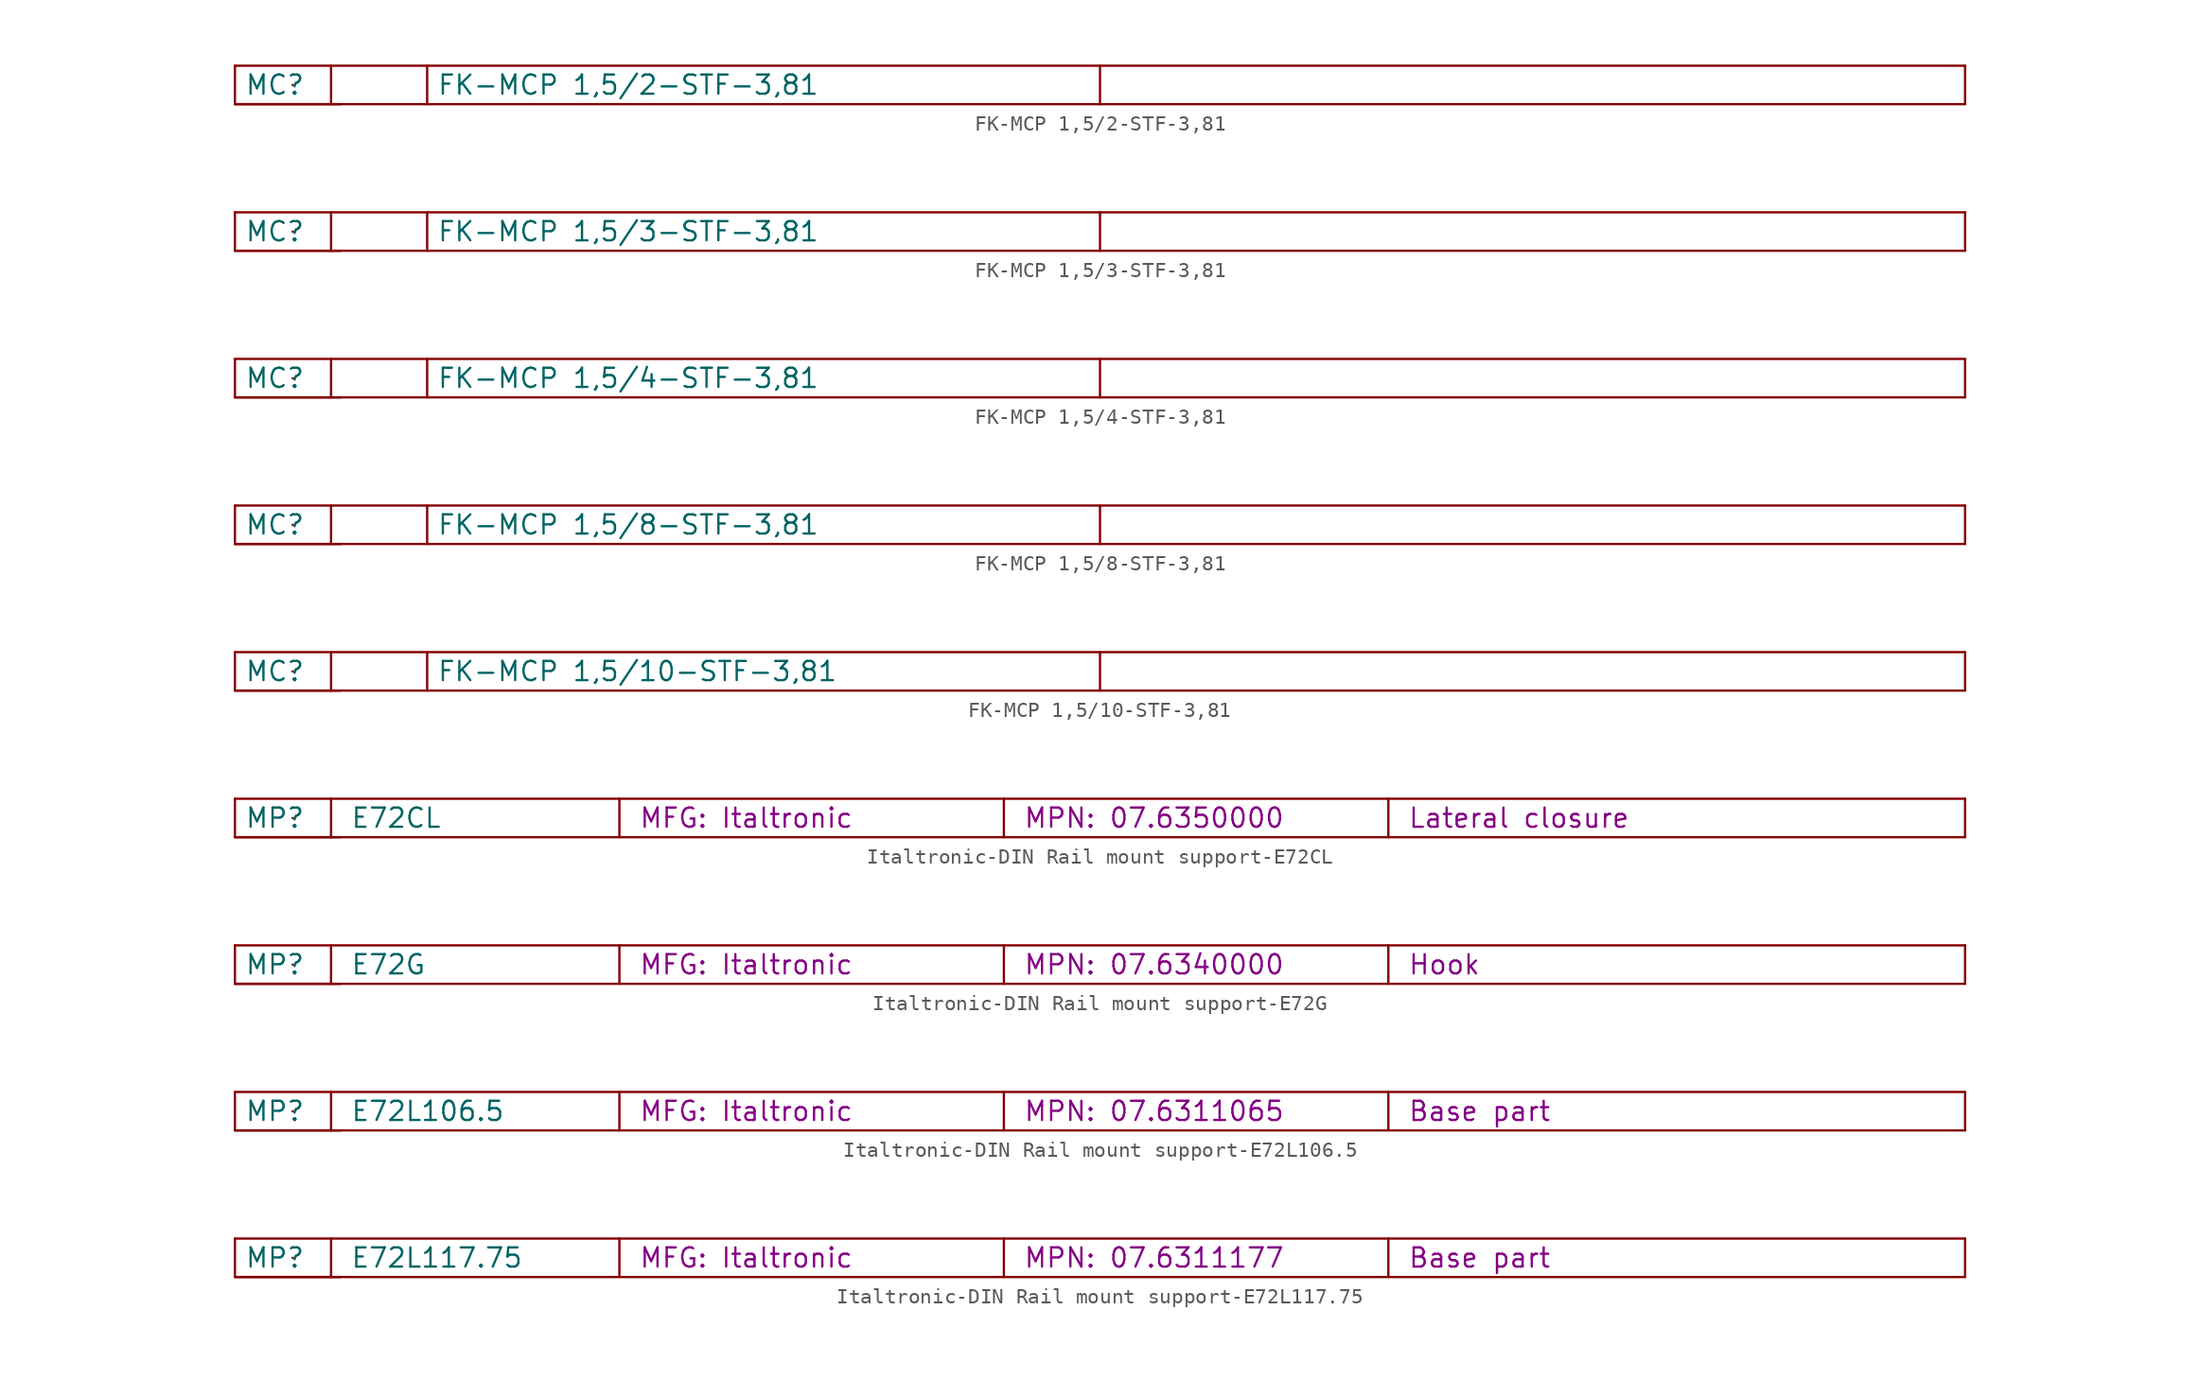
<source format=kicad_sym>
(kicad_symbol_lib
  (version 20241209)
  (generator "kicad_symbol_editor")
  (generator_version "9.0")
  (symbol "FK-MCP 1,5/2-STF-3,81"
    (pin_numbers
      (hide yes))
    (pin_names
      (offset 0)
      (hide yes))
    (property "Reference" "MC"
      (at 0.635 1.27 0)
      (do_not_autoplace)
      (effects (font (size 1.27 1.27)) (justify left)))
    (property "Value" "FK-MCP 1,5/2-STF-3,81"
      (at 13.335 1.27 0)
      (do_not_autoplace)
      (effects (font (size 1.27 1.27)) (justify left)))
    (property "Z-SYSCODE" ""
      (at 6.985 1.27 0)
      (do_not_autoplace)
      (effects (font (size 1.27 1.27)) (justify left)))
    (property "Assembly_Note" ""
      (at 57.785 1.27 0)
      (do_not_autoplace)
      (effects (font (size 1.27 1.27)) (justify left)))
    (symbol "FK-MCP 1,5/2-STF-3,81_0_1"
      (polyline (pts (xy 0 0) (xy 0 2.54)) (stroke (width 0.152) (type default)) (fill (type none)))
      (rectangle (start 3.81 1.27) (end 3.81 1.27) (stroke (width 0.152) (type default)) (fill (type none)))
      (polyline (pts (xy 6.35 0) (xy 6.35 2.54)) (stroke (width 0.152) (type default)) (fill (type none)))
      (polyline (pts (xy 6.985 0) (xy 0 0)) (stroke (width 0.152) (type default)) (fill (type none)))
      (polyline (pts (xy 12.7 0) (xy 12.7 2.54)) (stroke (width 0.152) (type default)) (fill (type none)))
      (polyline (pts (xy 57.15 0) (xy 57.15 2.54)) (stroke (width 0.152) (type default)) (fill (type none)))
      (polyline (pts (xy 114.3 2.54) (xy 0 2.54)) (stroke (width 0.152) (type default)) (fill (type none)))
      (polyline (pts (xy 114.3 0) (xy 0 0)) (stroke (width 0.152) (type default)) (fill (type none)))
      (polyline (pts (xy 114.3 0) (xy 114.3 2.54)) (stroke (width 0.152) (type default)) (fill (type none)))))
  (symbol "FK-MCP 1,5/3-STF-3,81"
    (pin_numbers
      (hide yes))
    (pin_names
      (offset 0)
      (hide yes))
    (property "Reference" "MC"
      (at 0.635 1.27 0)
      (do_not_autoplace)
      (effects (font (size 1.27 1.27)) (justify left)))
    (property "Value" "FK-MCP 1,5/3-STF-3,81"
      (at 13.335 1.27 0)
      (do_not_autoplace)
      (effects (font (size 1.27 1.27)) (justify left)))
    (property "Z-SYSCODE" ""
      (at 6.985 1.27 0)
      (do_not_autoplace)
      (effects (font (size 1.27 1.27)) (justify left)))
    (property "Assembly_Note" ""
      (at 57.785 1.27 0)
      (do_not_autoplace)
      (effects (font (size 1.27 1.27) (italic yes)) (justify left)))
    (symbol "FK-MCP 1,5/3-STF-3,81_0_1"
      (polyline (pts (xy 0 0) (xy 0 2.54)) (stroke (width 0.152) (type default)) (fill (type none)))
      (rectangle (start 3.81 1.27) (end 3.81 1.27) (stroke (width 0.152) (type default)) (fill (type none)))
      (polyline (pts (xy 6.35 0) (xy 6.35 2.54)) (stroke (width 0.152) (type default)) (fill (type none)))
      (polyline (pts (xy 6.985 0) (xy 0 0)) (stroke (width 0.152) (type default)) (fill (type none)))
      (polyline (pts (xy 12.7 0) (xy 12.7 2.54)) (stroke (width 0.152) (type default)) (fill (type none)))
      (polyline (pts (xy 57.15 0) (xy 57.15 2.54)) (stroke (width 0.152) (type default)) (fill (type none)))
      (polyline (pts (xy 114.3 2.54) (xy 0 2.54)) (stroke (width 0.152) (type default)) (fill (type none)))
      (polyline (pts (xy 114.3 0) (xy 0 0)) (stroke (width 0.152) (type default)) (fill (type none)))
      (polyline (pts (xy 114.3 0) (xy 114.3 2.54)) (stroke (width 0.152) (type default)) (fill (type none)))))
  (symbol "FK-MCP 1,5/4-STF-3,81"
    (pin_numbers
      (hide yes))
    (pin_names
      (offset 0)
      (hide yes))
    (property "Reference" "MC"
      (at 0.635 1.27 0)
      (do_not_autoplace)
      (effects (font (size 1.27 1.27)) (justify left)))
    (property "Value" "FK-MCP 1,5/4-STF-3,81"
      (at 13.335 1.27 0)
      (do_not_autoplace)
      (effects (font (size 1.27 1.27)) (justify left)))
    (property "Z-SYSCODE" ""
      (at 6.985 1.27 0)
      (do_not_autoplace)
      (effects (font (size 1.27 1.27)) (justify left)))
    (property "Assembly_Note" ""
      (at 57.785 1.27 0)
      (do_not_autoplace)
      (effects (font (size 1.27 1.27) (italic yes)) (justify left)))
    (symbol "FK-MCP 1,5/4-STF-3,81_0_1"
      (polyline (pts (xy 0 0) (xy 0 2.54)) (stroke (width 0.152) (type default)) (fill (type none)))
      (rectangle (start 3.81 1.27) (end 3.81 1.27) (stroke (width 0.152) (type default)) (fill (type none)))
      (polyline (pts (xy 6.35 0) (xy 6.35 2.54)) (stroke (width 0.152) (type default)) (fill (type none)))
      (polyline (pts (xy 6.985 0) (xy 0 0)) (stroke (width 0.152) (type default)) (fill (type none)))
      (polyline (pts (xy 12.7 0) (xy 12.7 2.54)) (stroke (width 0.152) (type default)) (fill (type none)))
      (polyline (pts (xy 57.15 0) (xy 57.15 2.54)) (stroke (width 0.152) (type default)) (fill (type none)))
      (polyline (pts (xy 114.3 2.54) (xy 0 2.54)) (stroke (width 0.152) (type default)) (fill (type none)))
      (polyline (pts (xy 114.3 0) (xy 0 0)) (stroke (width 0.152) (type default)) (fill (type none)))
      (polyline (pts (xy 114.3 0) (xy 114.3 2.54)) (stroke (width 0.152) (type default)) (fill (type none)))))
  (symbol "FK-MCP 1,5/8-STF-3,81"
    (pin_numbers
      (hide yes))
    (pin_names
      (offset 0)
      (hide yes))
    (property "Reference" "MC"
      (at 0.635 1.27 0)
      (do_not_autoplace)
      (effects (font (size 1.27 1.27)) (justify left)))
    (property "Value" "FK-MCP 1,5/8-STF-3,81"
      (at 13.335 1.27 0)
      (do_not_autoplace)
      (effects (font (size 1.27 1.27)) (justify left)))
    (property "Z-SYSCODE" ""
      (at 6.985 1.27 0)
      (do_not_autoplace)
      (effects (font (size 1.27 1.27)) (justify left)))
    (property "Assembly_Note" ""
      (at 57.785 1.27 0)
      (do_not_autoplace)
      (effects (font (size 1.27 1.27) (italic yes)) (justify left)))
    (symbol "FK-MCP 1,5/8-STF-3,81_0_1"
      (polyline (pts (xy 0 0) (xy 0 2.54)) (stroke (width 0.152) (type default)) (fill (type none)))
      (rectangle (start 3.81 1.27) (end 3.81 1.27) (stroke (width 0.152) (type default)) (fill (type none)))
      (polyline (pts (xy 6.35 0) (xy 6.35 2.54)) (stroke (width 0.152) (type default)) (fill (type none)))
      (polyline (pts (xy 6.985 0) (xy 0 0)) (stroke (width 0.152) (type default)) (fill (type none)))
      (polyline (pts (xy 12.7 0) (xy 12.7 2.54)) (stroke (width 0.152) (type default)) (fill (type none)))
      (polyline (pts (xy 57.15 0) (xy 57.15 2.54)) (stroke (width 0.152) (type default)) (fill (type none)))
      (polyline (pts (xy 114.3 2.54) (xy 0 2.54)) (stroke (width 0.152) (type default)) (fill (type none)))
      (polyline (pts (xy 114.3 0) (xy 0 0)) (stroke (width 0.152) (type default)) (fill (type none)))
      (polyline (pts (xy 114.3 0) (xy 114.3 2.54)) (stroke (width 0.152) (type default)) (fill (type none)))))
  (symbol "FK-MCP 1,5/10-STF-3,81"
    (pin_numbers
      (hide yes))
    (pin_names
      (offset 0)
      (hide yes))
    (property "Reference" "MC"
      (at 0.635 1.27 0)
      (do_not_autoplace)
      (effects (font (size 1.27 1.27)) (justify left)))
    (property "Value" "FK-MCP 1,5/10-STF-3,81"
      (at 13.335 1.27 0)
      (do_not_autoplace)
      (effects (font (size 1.27 1.27)) (justify left)))
    (property "Z-SYSCODE" ""
      (at 6.985 1.27 0)
      (do_not_autoplace)
      (effects (font (size 1.27 1.27)) (justify left)))
    (property "Assembly_Note" ""
      (at 57.785 1.27 0)
      (do_not_autoplace)
      (effects (font (size 1.27 1.27) (italic yes)) (justify left)))
    (symbol "FK-MCP 1,5/10-STF-3,81_0_1"
      (polyline (pts (xy 0 0) (xy 0 2.54)) (stroke (width 0.152) (type default)) (fill (type none)))
      (rectangle (start 3.81 1.27) (end 3.81 1.27) (stroke (width 0.152) (type default)) (fill (type none)))
      (polyline (pts (xy 6.35 0) (xy 6.35 2.54)) (stroke (width 0.152) (type default)) (fill (type none)))
      (polyline (pts (xy 6.985 0) (xy 0 0)) (stroke (width 0.152) (type default)) (fill (type none)))
      (polyline (pts (xy 12.7 0) (xy 12.7 2.54)) (stroke (width 0.152) (type default)) (fill (type none)))
      (polyline (pts (xy 57.15 0) (xy 57.15 2.54)) (stroke (width 0.152) (type default)) (fill (type none)))
      (polyline (pts (xy 114.3 2.54) (xy 0 2.54)) (stroke (width 0.152) (type default)) (fill (type none)))
      (polyline (pts (xy 114.3 0) (xy 0 0)) (stroke (width 0.152) (type default)) (fill (type none)))
      (polyline (pts (xy 114.3 0) (xy 114.3 2.54)) (stroke (width 0.152) (type default)) (fill (type none)))))
  (symbol "Italtronic-DIN Rail mount support-E72CL"
    (pin_numbers
      (hide yes))
    (pin_names
      (offset 0)
      (hide yes))
    (property "Reference" "MP"
      (at 0.635 1.27 0)
      (do_not_autoplace)
      (effects (font (size 1.27 1.27)) (justify left)))
    (property "Value" "E72CL"
      (at 7.62 1.27 0)
      (do_not_autoplace)
      (effects (font (size 1.27 1.27)) (justify left)))
    (property "MFG" "Italtronic"
      (at 26.67 1.27 0)
      (show_name)
      (do_not_autoplace)
      (effects (font (size 1.27 1.27)) (justify left)))
    (property "MPN" "07.6350000"
      (at 52.07 1.27 0)
      (show_name)
      (do_not_autoplace)
      (effects (font (size 1.27 1.27)) (justify left)))
    (property "Z-SYSCODE" ""
      (at 6.985 1.27 0)
      (do_not_autoplace)
      (effects (font (size 1.27 1.27)) (justify left)))
    (property "Comment" "Lateral closure"
      (at 77.47 1.27 0)
      (effects (font (size 1.27 1.27)) (justify left)))
    (symbol "Italtronic-DIN Rail mount support-E72CL_0_1"
      (polyline (pts (xy 0 0) (xy 0 2.54)) (stroke (width 0.152) (type default)) (fill (type none)))
      (rectangle (start 3.81 1.27) (end 3.81 1.27) (stroke (width 0.152) (type default)) (fill (type none)))
      (polyline (pts (xy 6.35 0) (xy 6.35 2.54)) (stroke (width 0.152) (type default)) (fill (type none)))
      (polyline (pts (xy 6.985 0) (xy 0 0)) (stroke (width 0.152) (type default)) (fill (type none)))
      (polyline (pts (xy 25.4 0) (xy 25.4 2.54)) (stroke (width 0.152) (type default)) (fill (type none)))
      (polyline (pts (xy 50.8 0) (xy 50.8 2.54)) (stroke (width 0.152) (type default)) (fill (type none)))
      (polyline (pts (xy 76.2 0) (xy 76.2 2.54)) (stroke (width 0.152) (type default)) (fill (type none)))
      (polyline (pts (xy 114.3 2.54) (xy 0 2.54)) (stroke (width 0.152) (type default)) (fill (type none)))
      (polyline (pts (xy 114.3 0) (xy 0 0)) (stroke (width 0.152) (type default)) (fill (type none)))
      (polyline (pts (xy 114.3 0) (xy 114.3 2.54)) (stroke (width 0.152) (type default)) (fill (type none)))))
  (symbol "Italtronic-DIN Rail mount support-E72G"
    (pin_numbers
      (hide yes))
    (pin_names
      (offset 0)
      (hide yes))
    (property "Reference" "MP"
      (at 0.635 1.27 0)
      (do_not_autoplace)
      (effects (font (size 1.27 1.27)) (justify left)))
    (property "Value" "E72G"
      (at 7.62 1.27 0)
      (do_not_autoplace)
      (effects (font (size 1.27 1.27)) (justify left)))
    (property "MFG" "Italtronic"
      (at 26.67 1.27 0)
      (show_name)
      (do_not_autoplace)
      (effects (font (size 1.27 1.27)) (justify left)))
    (property "MPN" "07.6340000"
      (at 52.07 1.27 0)
      (show_name)
      (do_not_autoplace)
      (effects (font (size 1.27 1.27)) (justify left)))
    (property "Z-SYSCODE" ""
      (at 6.985 1.27 0)
      (do_not_autoplace)
      (effects (font (size 1.27 1.27)) (justify left)))
    (property "Comment" "Hook"
      (at 77.47 1.27 0)
      (effects (font (size 1.27 1.27)) (justify left)))
    (symbol "Italtronic-DIN Rail mount support-E72G_0_1"
      (polyline (pts (xy 0 0) (xy 0 2.54)) (stroke (width 0.152) (type default)) (fill (type none)))
      (rectangle (start 3.81 1.27) (end 3.81 1.27) (stroke (width 0.152) (type default)) (fill (type none)))
      (polyline (pts (xy 6.35 0) (xy 6.35 2.54)) (stroke (width 0.152) (type default)) (fill (type none)))
      (polyline (pts (xy 6.985 0) (xy 0 0)) (stroke (width 0.152) (type default)) (fill (type none)))
      (polyline (pts (xy 25.4 0) (xy 25.4 2.54)) (stroke (width 0.152) (type default)) (fill (type none)))
      (polyline (pts (xy 50.8 0) (xy 50.8 2.54)) (stroke (width 0.152) (type default)) (fill (type none)))
      (polyline (pts (xy 76.2 0) (xy 76.2 2.54)) (stroke (width 0.152) (type default)) (fill (type none)))
      (polyline (pts (xy 114.3 2.54) (xy 0 2.54)) (stroke (width 0.152) (type default)) (fill (type none)))
      (polyline (pts (xy 114.3 0) (xy 0 0)) (stroke (width 0.152) (type default)) (fill (type none)))
      (polyline (pts (xy 114.3 0) (xy 114.3 2.54)) (stroke (width 0.152) (type default)) (fill (type none)))))
  (symbol "Italtronic-DIN Rail mount support-E72L106.5"
    (pin_numbers
      (hide yes))
    (pin_names
      (offset 0)
      (hide yes))
    (property "Reference" "MP"
      (at 0.635 1.27 0)
      (do_not_autoplace)
      (effects (font (size 1.27 1.27)) (justify left)))
    (property "Value" "E72L106.5"
      (at 7.62 1.27 0)
      (do_not_autoplace)
      (effects (font (size 1.27 1.27)) (justify left)))
    (property "MFG" "Italtronic"
      (at 26.67 1.27 0)
      (show_name)
      (do_not_autoplace)
      (effects (font (size 1.27 1.27)) (justify left)))
    (property "MPN" "07.6311065"
      (at 52.07 1.27 0)
      (show_name)
      (do_not_autoplace)
      (effects (font (size 1.27 1.27)) (justify left)))
    (property "Z-SYSCODE" ""
      (at 6.985 1.27 0)
      (do_not_autoplace)
      (effects (font (size 1.27 1.27)) (justify left)))
    (property "Comment" "Base part"
      (at 77.47 1.27 0)
      (effects (font (size 1.27 1.27)) (justify left)))
    (symbol "Italtronic-DIN Rail mount support-E72L106.5_0_1"
      (polyline (pts (xy 0 0) (xy 0 2.54)) (stroke (width 0.152) (type default)) (fill (type none)))
      (rectangle (start 3.81 1.27) (end 3.81 1.27) (stroke (width 0.152) (type default)) (fill (type none)))
      (polyline (pts (xy 6.35 0) (xy 6.35 2.54)) (stroke (width 0.152) (type default)) (fill (type none)))
      (polyline (pts (xy 6.985 0) (xy 0 0)) (stroke (width 0.152) (type default)) (fill (type none)))
      (polyline (pts (xy 25.4 0) (xy 25.4 2.54)) (stroke (width 0.152) (type default)) (fill (type none)))
      (polyline (pts (xy 50.8 0) (xy 50.8 2.54)) (stroke (width 0.152) (type default)) (fill (type none)))
      (polyline (pts (xy 76.2 0) (xy 76.2 2.54)) (stroke (width 0.152) (type default)) (fill (type none)))
      (polyline (pts (xy 114.3 2.54) (xy 0 2.54)) (stroke (width 0.152) (type default)) (fill (type none)))
      (polyline (pts (xy 114.3 0) (xy 0 0)) (stroke (width 0.152) (type default)) (fill (type none)))
      (polyline (pts (xy 114.3 0) (xy 114.3 2.54)) (stroke (width 0.152) (type default)) (fill (type none)))))
  (symbol "Italtronic-DIN Rail mount support-E72L117.75"
    (pin_numbers
      (hide yes))
    (pin_names
      (offset 0)
      (hide yes))
    (property "Reference" "MP"
      (at 0.635 1.27 0)
      (do_not_autoplace)
      (effects (font (size 1.27 1.27)) (justify left)))
    (property "Value" "E72L117.75"
      (at 7.62 1.27 0)
      (do_not_autoplace)
      (effects (font (size 1.27 1.27)) (justify left)))
    (property "MFG" "Italtronic"
      (at 26.67 1.27 0)
      (show_name)
      (do_not_autoplace)
      (effects (font (size 1.27 1.27)) (justify left)))
    (property "MPN" "07.6311177"
      (at 52.07 1.27 0)
      (show_name)
      (do_not_autoplace)
      (effects (font (size 1.27 1.27)) (justify left)))
    (property "Z-SYSCODE" ""
      (at 6.985 1.27 0)
      (do_not_autoplace)
      (effects (font (size 1.27 1.27)) (justify left)))
    (property "Comment" "Base part"
      (at 77.47 1.27 0)
      (effects (font (size 1.27 1.27)) (justify left)))
    (symbol "Italtronic-DIN Rail mount support-E72L117.75_0_1"
      (polyline (pts (xy 0 0) (xy 0 2.54)) (stroke (width 0.152) (type default)) (fill (type none)))
      (rectangle (start 3.81 1.27) (end 3.81 1.27) (stroke (width 0.152) (type default)) (fill (type none)))
      (polyline (pts (xy 6.35 0) (xy 6.35 2.54)) (stroke (width 0.152) (type default)) (fill (type none)))
      (polyline (pts (xy 6.985 0) (xy 0 0)) (stroke (width 0.152) (type default)) (fill (type none)))
      (polyline (pts (xy 25.4 0) (xy 25.4 2.54)) (stroke (width 0.152) (type default)) (fill (type none)))
      (polyline (pts (xy 50.8 0) (xy 50.8 2.54)) (stroke (width 0.152) (type default)) (fill (type none)))
      (polyline (pts (xy 76.2 0) (xy 76.2 2.54)) (stroke (width 0.152) (type default)) (fill (type none)))
      (polyline (pts (xy 114.3 2.54) (xy 0 2.54)) (stroke (width 0.152) (type default)) (fill (type none)))
      (polyline (pts (xy 114.3 0) (xy 0 0)) (stroke (width 0.152) (type default)) (fill (type none)))
      (polyline (pts (xy 114.3 0) (xy 114.3 2.54)) (stroke (width 0.152) (type default)) (fill (type none))))))
</source>
